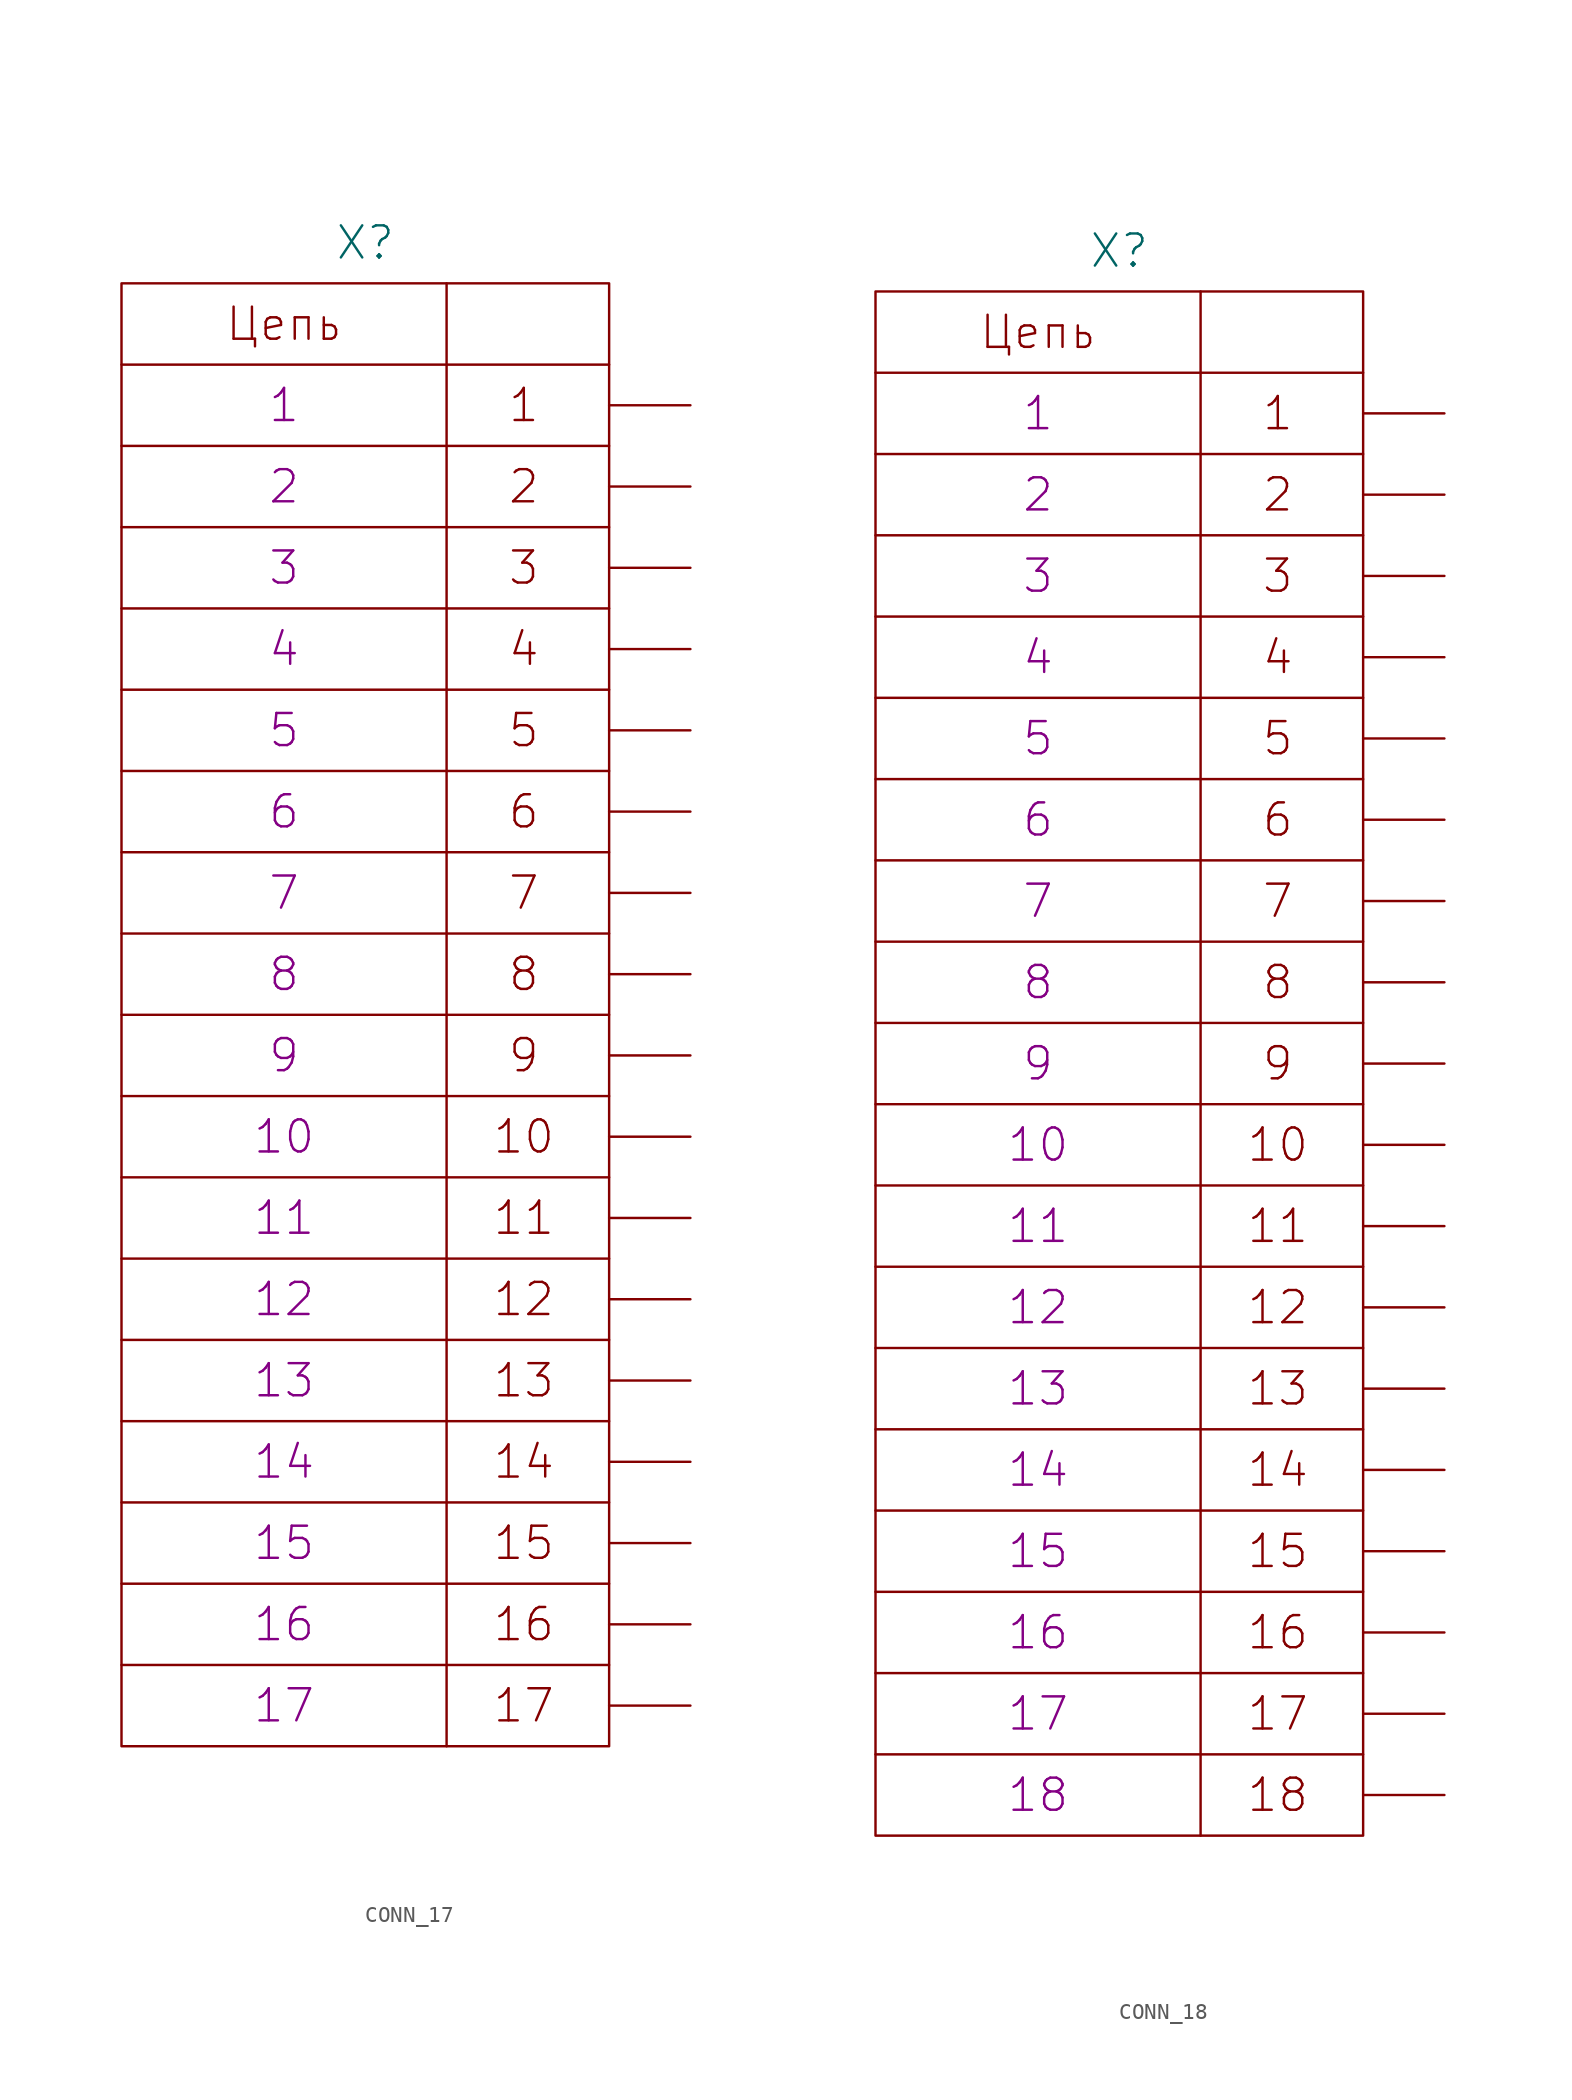
<source format=kicad_sym>
(kicad_symbol_lib
  (version 20231120)
  (generator "kicad_symbol_editor")
  (generator_version "8.0")
  (symbol "CONN_17"
    (pin_numbers hide)
    (pin_names
      (offset 0) hide)
    (property "Reference" "X"
      (at 0 48.26 0)
      (effects (font (size 2.007 2.007))))
    (property "PIN1" "1"
      (at -5.08 38.1 0)
      (effects (font (size 2.007 2.007))))
    (property "PIN2" "2"
      (at -5.08 33.02 0)
      (effects (font (size 2.007 2.007))))
    (property "PIN3" "3"
      (at -5.08 27.94 0)
      (effects (font (size 2.007 2.007))))
    (property "PIN4" "4"
      (at -5.08 22.86 0)
      (effects (font (size 2.007 2.007))))
    (property "PIN5" "5"
      (at -5.08 17.78 0)
      (effects (font (size 2.007 2.007))))
    (property "PIN6" "6"
      (at -5.08 12.7 0)
      (effects (font (size 2.007 2.007))))
    (property "PIN7" "7"
      (at -5.08 7.62 0)
      (effects (font (size 2.007 2.007))))
    (property "PIN8" "8"
      (at -5.08 2.54 0)
      (effects (font (size 2.007 2.007))))
    (property "PIN9" "9"
      (at -5.08 -2.54 0)
      (effects (font (size 2.007 2.007))))
    (property "PIN10" "10"
      (at -5.08 -7.62 0)
      (effects (font (size 2.007 2.007))))
    (property "PIN11" "11"
      (at -5.08 -12.7 0)
      (effects (font (size 2.007 2.007))))
    (property "PIN12" "12"
      (at -5.08 -17.78 0)
      (effects (font (size 2.007 2.007))))
    (property "PIN13" "13"
      (at -5.08 -22.86 0)
      (effects (font (size 2.007 2.007))))
    (property "PIN14" "14"
      (at -5.08 -27.94 0)
      (effects (font (size 2.007 2.007))))
    (property "PIN15" "15"
      (at -5.08 -33.02 0)
      (effects (font (size 2.007 2.007))))
    (property "PIN16" "16"
      (at -5.08 -38.1 0)
      (effects (font (size 2.007 2.007))))
    (property "PIN17" "17"
      (at -5.08 -43.18 0)
      (effects (font (size 2.007 2.007))))
    (symbol "CONN_17_0_0"
      (polyline (pts (xy -15.24 -40.64) (xy 15.24 -40.64)) (stroke (width 0) (type solid)) (fill (type none)))
      (polyline (pts (xy -15.24 -35.56) (xy 15.24 -35.56)) (stroke (width 0) (type solid)) (fill (type none)))
      (polyline (pts (xy -15.24 -30.48) (xy 15.24 -30.48)) (stroke (width 0) (type solid)) (fill (type none)))
      (polyline (pts (xy -15.24 -25.4) (xy 15.24 -25.4)) (stroke (width 0) (type solid)) (fill (type none)))
      (polyline (pts (xy -15.24 -20.32) (xy 15.24 -20.32)) (stroke (width 0) (type solid)) (fill (type none)))
      (polyline (pts (xy -15.24 -15.24) (xy 15.24 -15.24)) (stroke (width 0) (type solid)) (fill (type none)))
      (polyline (pts (xy -15.24 -10.16) (xy 15.24 -10.16)) (stroke (width 0) (type solid)) (fill (type none)))
      (polyline (pts (xy -15.24 -5.08) (xy 15.24 -5.08)) (stroke (width 0) (type solid)) (fill (type none)))
      (polyline (pts (xy -15.24 0) (xy 15.24 0)) (stroke (width 0) (type solid)) (fill (type none)))
      (polyline (pts (xy -15.24 5.08) (xy 15.24 5.08)) (stroke (width 0) (type solid)) (fill (type none)))
      (polyline (pts (xy -15.24 10.16) (xy 15.24 10.16)) (stroke (width 0) (type solid)) (fill (type none)))
      (polyline (pts (xy -15.24 15.24) (xy 15.24 15.24)) (stroke (width 0) (type solid)) (fill (type none)))
      (polyline (pts (xy -15.24 20.32) (xy 15.24 20.32)) (stroke (width 0) (type solid)) (fill (type none)))
      (polyline (pts (xy -15.24 25.4) (xy 15.24 25.4)) (stroke (width 0) (type solid)) (fill (type none)))
      (polyline (pts (xy -15.24 30.48) (xy 15.24 30.48)) (stroke (width 0) (type solid)) (fill (type none)))
      (polyline (pts (xy -15.24 35.56) (xy 15.24 35.56)) (stroke (width 0) (type solid)) (fill (type none)))
      (polyline (pts (xy -15.24 40.64) (xy 15.24 40.64)) (stroke (width 0) (type solid)) (fill (type none)))
      (polyline (pts (xy 5.08 45.72) (xy 5.08 -45.72)) (stroke (width 0) (type solid)) (fill (type none)))
      (rectangle (start 15.24 45.72) (end -15.24 -45.72) (stroke (width 0) (type solid)) (fill (type none))))
    (symbol "CONN_17_1_1"
      (text "1" (at 9.906 38.1 0) (effects (font (size 2.007 2.007))))
      (text "10" (at 9.906 -7.62 0) (effects (font (size 2.007 2.007))))
      (text "11" (at 9.906 -12.7 0) (effects (font (size 2.007 2.007))))
      (text "12" (at 9.906 -17.78 0) (effects (font (size 2.007 2.007))))
      (text "13" (at 9.906 -22.86 0) (effects (font (size 2.007 2.007))))
      (text "14" (at 9.906 -27.94 0) (effects (font (size 2.007 2.007))))
      (text "15" (at 9.906 -33.02 0) (effects (font (size 2.007 2.007))))
      (text "16" (at 9.906 -38.1 0) (effects (font (size 2.007 2.007))))
      (text "17" (at 9.906 -43.18 0) (effects (font (size 2.007 2.007))))
      (text "2" (at 9.906 33.02 0) (effects (font (size 2.007 2.007))))
      (text "3" (at 9.906 27.94 0) (effects (font (size 2.007 2.007))))
      (text "4" (at 9.906 22.86 0) (effects (font (size 2.007 2.007))))
      (text "5" (at 9.906 17.78 0) (effects (font (size 2.007 2.007))))
      (text "6" (at 9.906 12.7 0) (effects (font (size 2.007 2.007))))
      (text "7" (at 9.906 7.62 0) (effects (font (size 2.007 2.007))))
      (text "8" (at 9.906 2.54 0) (effects (font (size 2.007 2.007))))
      (text "9" (at 9.906 -2.54 0) (effects (font (size 2.007 2.007))))
      (text "Цепь" (at -5.08 43.18 0) (effects (font (size 2.007 2.007))))
      (pin passive line (at 20.32 38.1 180) (length 5.08) (name "1" (effects (font (size 2.007 2.007)))) (number "1" (effects (font (size 2.007 2.007)))))
      (pin passive line (at 20.32 -7.62 180) (length 5.08) (name "10" (effects (font (size 2.007 2.007)))) (number "10" (effects (font (size 2.007 2.007)))))
      (pin passive line (at 20.32 -12.7 180) (length 5.08) (name "11" (effects (font (size 2.007 2.007)))) (number "11" (effects (font (size 2.007 2.007)))))
      (pin passive line (at 20.32 -17.78 180) (length 5.08) (name "12" (effects (font (size 2.007 2.007)))) (number "12" (effects (font (size 2.007 2.007)))))
      (pin passive line (at 20.32 -22.86 180) (length 5.08) (name "13" (effects (font (size 2.007 2.007)))) (number "13" (effects (font (size 2.007 2.007)))))
      (pin passive line (at 20.32 -27.94 180) (length 5.08) (name "14" (effects (font (size 2.007 2.007)))) (number "14" (effects (font (size 2.007 2.007)))))
      (pin passive line (at 20.32 -33.02 180) (length 5.08) (name "15" (effects (font (size 2.007 2.007)))) (number "15" (effects (font (size 2.007 2.007)))))
      (pin passive line (at 20.32 -38.1 180) (length 5.08) (name "16" (effects (font (size 2.007 2.007)))) (number "16" (effects (font (size 2.007 2.007)))))
      (pin passive line (at 20.32 -43.18 180) (length 5.08) (name "17" (effects (font (size 2.007 2.007)))) (number "17" (effects (font (size 2.007 2.007)))))
      (pin passive line (at 20.32 33.02 180) (length 5.08) (name "2" (effects (font (size 2.007 2.007)))) (number "2" (effects (font (size 2.007 2.007)))))
      (pin passive line (at 20.32 27.94 180) (length 5.08) (name "3" (effects (font (size 2.007 2.007)))) (number "3" (effects (font (size 2.007 2.007)))))
      (pin passive line (at 20.32 22.86 180) (length 5.08) (name "4" (effects (font (size 2.007 2.007)))) (number "4" (effects (font (size 2.007 2.007)))))
      (pin passive line (at 20.32 17.78 180) (length 5.08) (name "5" (effects (font (size 2.007 2.007)))) (number "5" (effects (font (size 2.007 2.007)))))
      (pin passive line (at 20.32 12.7 180) (length 5.08) (name "6" (effects (font (size 2.007 2.007)))) (number "6" (effects (font (size 2.007 2.007)))))
      (pin passive line (at 20.32 7.62 180) (length 5.08) (name "7" (effects (font (size 2.007 2.007)))) (number "7" (effects (font (size 2.007 2.007)))))
      (pin passive line (at 20.32 2.54 180) (length 5.08) (name "8" (effects (font (size 2.007 2.007)))) (number "8" (effects (font (size 2.007 2.007)))))
      (pin passive line (at 20.32 -2.54 180) (length 5.08) (name "9" (effects (font (size 2.007 2.007)))) (number "9" (effects (font (size 2.007 2.007)))))))
  (symbol "CONN_18"
    (pin_numbers hide)
    (pin_names
      (offset 0) hide)
    (property "Reference" "X"
      (at 0 50.8 0)
      (effects (font (size 2.007 2.007))))
    (property "PIN1" "1"
      (at -5.08 40.64 0)
      (effects (font (size 2.007 2.007))))
    (property "PIN2" "2"
      (at -5.08 35.56 0)
      (effects (font (size 2.007 2.007))))
    (property "PIN3" "3"
      (at -5.08 30.48 0)
      (effects (font (size 2.007 2.007))))
    (property "PIN4" "4"
      (at -5.08 25.4 0)
      (effects (font (size 2.007 2.007))))
    (property "PIN5" "5"
      (at -5.08 20.32 0)
      (effects (font (size 2.007 2.007))))
    (property "PIN6" "6"
      (at -5.08 15.24 0)
      (effects (font (size 2.007 2.007))))
    (property "PIN7" "7"
      (at -5.08 10.16 0)
      (effects (font (size 2.007 2.007))))
    (property "PIN8" "8"
      (at -5.08 5.08 0)
      (effects (font (size 2.007 2.007))))
    (property "PIN9" "9"
      (at -5.08 0 0)
      (effects (font (size 2.007 2.007))))
    (property "PIN10" "10"
      (at -5.08 -5.08 0)
      (effects (font (size 2.007 2.007))))
    (property "PIN11" "11"
      (at -5.08 -10.16 0)
      (effects (font (size 2.007 2.007))))
    (property "PIN12" "12"
      (at -5.08 -15.24 0)
      (effects (font (size 2.007 2.007))))
    (property "PIN13" "13"
      (at -5.08 -20.32 0)
      (effects (font (size 2.007 2.007))))
    (property "PIN14" "14"
      (at -5.08 -25.4 0)
      (effects (font (size 2.007 2.007))))
    (property "PIN15" "15"
      (at -5.08 -30.48 0)
      (effects (font (size 2.007 2.007))))
    (property "PIN16" "16"
      (at -5.08 -35.56 0)
      (effects (font (size 2.007 2.007))))
    (property "PIN17" "17"
      (at -5.08 -40.64 0)
      (effects (font (size 2.007 2.007))))
    (property "PIN18" "18"
      (at -5.08 -45.72 0)
      (effects (font (size 2.007 2.007))))
    (symbol "CONN_18_0_0"
      (polyline (pts (xy -15.24 -43.18) (xy 15.24 -43.18)) (stroke (width 0) (type solid)) (fill (type none)))
      (polyline (pts (xy -15.24 -38.1) (xy 15.24 -38.1)) (stroke (width 0) (type solid)) (fill (type none)))
      (polyline (pts (xy -15.24 -33.02) (xy 15.24 -33.02)) (stroke (width 0) (type solid)) (fill (type none)))
      (polyline (pts (xy -15.24 -27.94) (xy 15.24 -27.94)) (stroke (width 0) (type solid)) (fill (type none)))
      (polyline (pts (xy -15.24 -22.86) (xy 15.24 -22.86)) (stroke (width 0) (type solid)) (fill (type none)))
      (polyline (pts (xy -15.24 -17.78) (xy 15.24 -17.78)) (stroke (width 0) (type solid)) (fill (type none)))
      (polyline (pts (xy -15.24 -12.7) (xy 15.24 -12.7)) (stroke (width 0) (type solid)) (fill (type none)))
      (polyline (pts (xy -15.24 -7.62) (xy 15.24 -7.62)) (stroke (width 0) (type solid)) (fill (type none)))
      (polyline (pts (xy -15.24 -2.54) (xy 15.24 -2.54)) (stroke (width 0) (type solid)) (fill (type none)))
      (polyline (pts (xy -15.24 2.54) (xy 15.24 2.54)) (stroke (width 0) (type solid)) (fill (type none)))
      (polyline (pts (xy -15.24 7.62) (xy 15.24 7.62)) (stroke (width 0) (type solid)) (fill (type none)))
      (polyline (pts (xy -15.24 12.7) (xy 15.24 12.7)) (stroke (width 0) (type solid)) (fill (type none)))
      (polyline (pts (xy -15.24 17.78) (xy 15.24 17.78)) (stroke (width 0) (type solid)) (fill (type none)))
      (polyline (pts (xy -15.24 22.86) (xy 15.24 22.86)) (stroke (width 0) (type solid)) (fill (type none)))
      (polyline (pts (xy -15.24 27.94) (xy 15.24 27.94)) (stroke (width 0) (type solid)) (fill (type none)))
      (polyline (pts (xy -15.24 33.02) (xy 15.24 33.02)) (stroke (width 0) (type solid)) (fill (type none)))
      (polyline (pts (xy -15.24 38.1) (xy 15.24 38.1)) (stroke (width 0) (type solid)) (fill (type none)))
      (polyline (pts (xy -15.24 43.18) (xy 15.24 43.18)) (stroke (width 0) (type solid)) (fill (type none)))
      (polyline (pts (xy 5.08 48.26) (xy 5.08 -48.26)) (stroke (width 0) (type solid)) (fill (type none)))
      (rectangle (start 15.24 48.26) (end -15.24 -48.26) (stroke (width 0) (type solid)) (fill (type none))))
    (symbol "CONN_18_1_1"
      (text "1" (at 9.906 40.64 0) (effects (font (size 2.007 2.007))))
      (text "10" (at 9.906 -5.08 0) (effects (font (size 2.007 2.007))))
      (text "11" (at 9.906 -10.16 0) (effects (font (size 2.007 2.007))))
      (text "12" (at 9.906 -15.24 0) (effects (font (size 2.007 2.007))))
      (text "13" (at 9.906 -20.32 0) (effects (font (size 2.007 2.007))))
      (text "14" (at 9.906 -25.4 0) (effects (font (size 2.007 2.007))))
      (text "15" (at 9.906 -30.48 0) (effects (font (size 2.007 2.007))))
      (text "16" (at 9.906 -35.56 0) (effects (font (size 2.007 2.007))))
      (text "17" (at 9.906 -40.64 0) (effects (font (size 2.007 2.007))))
      (text "18" (at 9.906 -45.72 0) (effects (font (size 2.007 2.007))))
      (text "2" (at 9.906 35.56 0) (effects (font (size 2.007 2.007))))
      (text "3" (at 9.906 30.48 0) (effects (font (size 2.007 2.007))))
      (text "4" (at 9.906 25.4 0) (effects (font (size 2.007 2.007))))
      (text "5" (at 9.906 20.32 0) (effects (font (size 2.007 2.007))))
      (text "6" (at 9.906 15.24 0) (effects (font (size 2.007 2.007))))
      (text "7" (at 9.906 10.16 0) (effects (font (size 2.007 2.007))))
      (text "8" (at 9.906 5.08 0) (effects (font (size 2.007 2.007))))
      (text "9" (at 9.906 0 0) (effects (font (size 2.007 2.007))))
      (text "Цепь" (at -5.08 45.72 0) (effects (font (size 2.007 2.007))))
      (pin passive line (at 20.32 40.64 180) (length 5.08) (name "1" (effects (font (size 2.007 2.007)))) (number "1" (effects (font (size 2.007 2.007)))))
      (pin passive line (at 20.32 -5.08 180) (length 5.08) (name "10" (effects (font (size 2.007 2.007)))) (number "10" (effects (font (size 2.007 2.007)))))
      (pin passive line (at 20.32 -10.16 180) (length 5.08) (name "11" (effects (font (size 2.007 2.007)))) (number "11" (effects (font (size 2.007 2.007)))))
      (pin passive line (at 20.32 -15.24 180) (length 5.08) (name "12" (effects (font (size 2.007 2.007)))) (number "12" (effects (font (size 2.007 2.007)))))
      (pin passive line (at 20.32 -20.32 180) (length 5.08) (name "13" (effects (font (size 2.007 2.007)))) (number "13" (effects (font (size 2.007 2.007)))))
      (pin passive line (at 20.32 -25.4 180) (length 5.08) (name "14" (effects (font (size 2.007 2.007)))) (number "14" (effects (font (size 2.007 2.007)))))
      (pin passive line (at 20.32 -30.48 180) (length 5.08) (name "15" (effects (font (size 2.007 2.007)))) (number "15" (effects (font (size 2.007 2.007)))))
      (pin passive line (at 20.32 -35.56 180) (length 5.08) (name "16" (effects (font (size 2.007 2.007)))) (number "16" (effects (font (size 2.007 2.007)))))
      (pin passive line (at 20.32 -40.64 180) (length 5.08) (name "17" (effects (font (size 2.007 2.007)))) (number "17" (effects (font (size 2.007 2.007)))))
      (pin passive line (at 20.32 -45.72 180) (length 5.08) (name "18" (effects (font (size 2.007 2.007)))) (number "18" (effects (font (size 2.007 2.007)))))
      (pin passive line (at 20.32 35.56 180) (length 5.08) (name "2" (effects (font (size 2.007 2.007)))) (number "2" (effects (font (size 2.007 2.007)))))
      (pin passive line (at 20.32 30.48 180) (length 5.08) (name "3" (effects (font (size 2.007 2.007)))) (number "3" (effects (font (size 2.007 2.007)))))
      (pin passive line (at 20.32 25.4 180) (length 5.08) (name "4" (effects (font (size 2.007 2.007)))) (number "4" (effects (font (size 2.007 2.007)))))
      (pin passive line (at 20.32 20.32 180) (length 5.08) (name "5" (effects (font (size 2.007 2.007)))) (number "5" (effects (font (size 2.007 2.007)))))
      (pin passive line (at 20.32 15.24 180) (length 5.08) (name "6" (effects (font (size 2.007 2.007)))) (number "6" (effects (font (size 2.007 2.007)))))
      (pin passive line (at 20.32 10.16 180) (length 5.08) (name "7" (effects (font (size 2.007 2.007)))) (number "7" (effects (font (size 2.007 2.007)))))
      (pin passive line (at 20.32 5.08 180) (length 5.08) (name "8" (effects (font (size 2.007 2.007)))) (number "8" (effects (font (size 2.007 2.007)))))
      (pin passive line (at 20.32 0 180) (length 5.08) (name "9" (effects (font (size 2.007 2.007)))) (number "9" (effects (font (size 2.007 2.007))))))))
</source>
